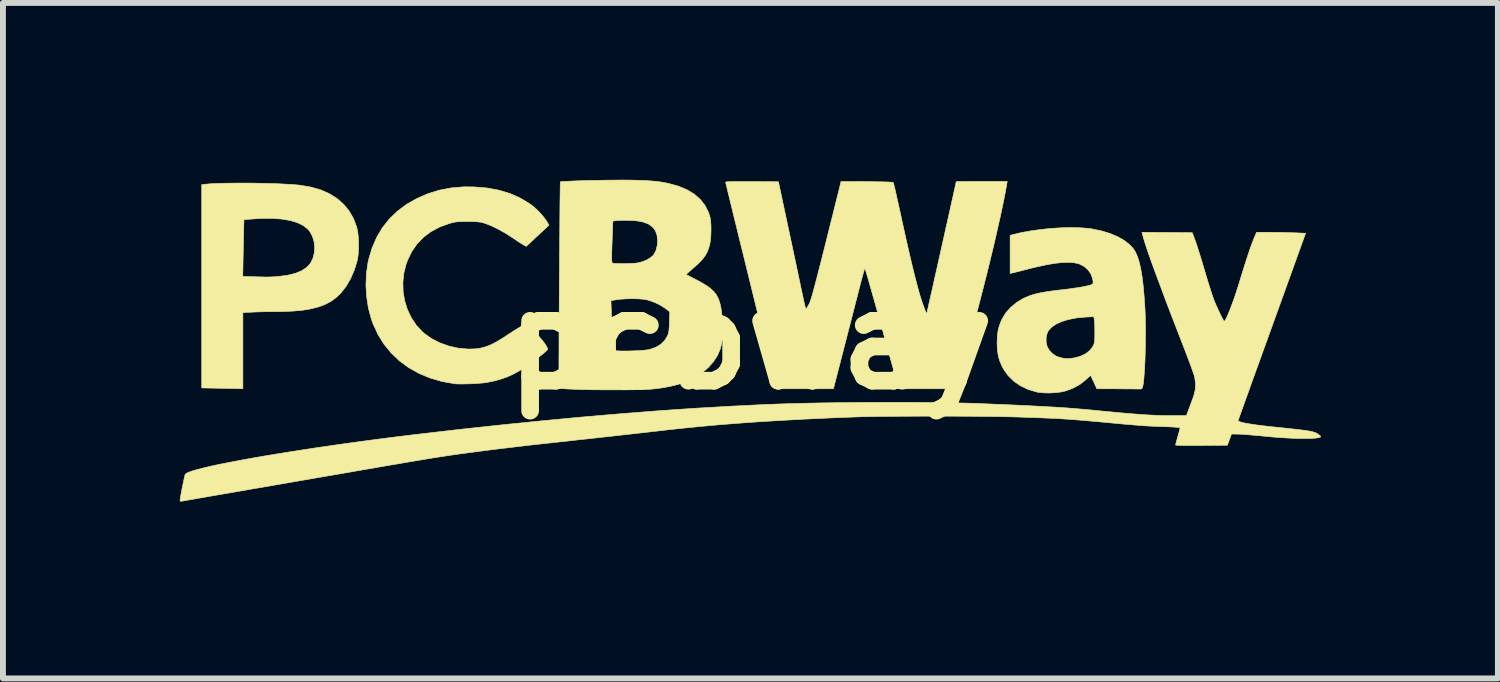
<source format=kicad_pcb>
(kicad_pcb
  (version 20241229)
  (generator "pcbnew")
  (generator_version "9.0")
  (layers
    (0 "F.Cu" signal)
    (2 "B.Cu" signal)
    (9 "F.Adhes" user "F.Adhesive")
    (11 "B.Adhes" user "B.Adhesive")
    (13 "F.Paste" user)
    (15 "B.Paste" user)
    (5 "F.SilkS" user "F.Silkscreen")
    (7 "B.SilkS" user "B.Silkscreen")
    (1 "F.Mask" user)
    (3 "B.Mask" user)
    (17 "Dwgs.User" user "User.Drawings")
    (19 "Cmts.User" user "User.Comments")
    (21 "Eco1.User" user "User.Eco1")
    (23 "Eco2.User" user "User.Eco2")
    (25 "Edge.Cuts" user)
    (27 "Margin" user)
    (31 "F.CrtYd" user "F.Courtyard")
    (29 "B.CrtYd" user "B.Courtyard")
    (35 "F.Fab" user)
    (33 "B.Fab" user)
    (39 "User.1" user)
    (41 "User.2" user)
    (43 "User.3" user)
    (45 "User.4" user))
  (footprint "pcbway"
    (layer "F.Cu")
    (at 9.682 2.72)
    (property "Reference" "pcbway" (at 0 0 0) (layer "F.SilkS") (effects (font (size 1.524 1.524) (thickness 0.3))))
    (attr through_hole)
    (fp_poly (pts (xy -8.461 -2.663) (xy -8.306 -2.66) (xy -8.154 -2.657) (xy -8.009 -2.652) (xy -7.875 -2.645) (xy -7.756 -2.638) (xy -7.657 -2.629) (xy -7.647 -2.628) (xy -7.462 -2.597) (xy -7.295 -2.55) (xy -7.146 -2.485) (xy -7.015 -2.403) (xy -6.902 -2.304) (xy -6.808 -2.19) (xy -6.733 -2.06) (xy -6.679 -1.914) (xy -6.678 -1.911) (xy -6.662 -1.834) (xy -6.652 -1.74) (xy -6.647 -1.638) (xy -6.649 -1.534) (xy -6.656 -1.437) (xy -6.669 -1.355) (xy -6.671 -1.349) (xy -6.719 -1.19) (xy -6.783 -1.043) (xy -6.86 -0.911) (xy -6.949 -0.797) (xy -7.033 -0.718) (xy -7.118 -0.656) (xy -7.215 -0.605) (xy -7.325 -0.564) (xy -7.45 -0.531) (xy -7.592 -0.507) (xy -7.753 -0.492) (xy -7.935 -0.484) (xy -8.052 -0.483) (xy -8.142 -0.482) (xy -8.238 -0.481) (xy -8.33 -0.479) (xy -8.41 -0.476) (xy -8.449 -0.474) (xy -8.611 -0.466) (xy -8.611 0.826) (xy -8.741 0.823) (xy -8.8 0.821) (xy -8.876 0.82) (xy -8.962 0.818) (xy -9.049 0.817) (xy -9.09 0.816) (xy -9.309 0.812) (xy -9.309 -1.08) (xy -8.613 -1.08) (xy -8.469 -1.076) (xy -8.399 -1.074) (xy -8.328 -1.072) (xy -8.266 -1.071) (xy -8.236 -1.07) (xy -8.185 -1.07) (xy -8.119 -1.072) (xy -8.047 -1.076) (xy -8.001 -1.08) (xy -7.851 -1.1) (xy -7.722 -1.132) (xy -7.616 -1.175) (xy -7.531 -1.231) (xy -7.469 -1.297) (xy -7.465 -1.302) (xy -7.423 -1.385) (xy -7.399 -1.478) (xy -7.393 -1.577) (xy -7.404 -1.674) (xy -7.433 -1.766) (xy -7.478 -1.846) (xy -7.511 -1.884) (xy -7.589 -1.945) (xy -7.688 -1.993) (xy -7.809 -2.029) (xy -7.95 -2.053) (xy -8.111 -2.065) (xy -8.291 -2.064) (xy -8.377 -2.059) (xy -8.447 -2.054) (xy -8.508 -2.05) (xy -8.555 -2.046) (xy -8.584 -2.043) (xy -8.592 -2.042) (xy -8.593 -2.029) (xy -8.594 -1.993) (xy -8.596 -1.938) (xy -8.597 -1.865) (xy -8.599 -1.779) (xy -8.601 -1.68) (xy -8.604 -1.574) (xy -8.604 -1.559) (xy -8.613 -1.08) (xy -9.309 -1.08) (xy -9.309 -2.638) (xy -9.23 -2.646) (xy -9.141 -2.653) (xy -9.032 -2.658) (xy -8.905 -2.661) (xy -8.765 -2.663) (xy -8.616 -2.664) (xy -8.461 -2.663)) (stroke (width 0.01) (type solid)) (fill yes) (layer "F.SilkS"))
    (fp_poly (pts (xy -4.693 -2.599) (xy -4.474 -2.581) (xy -4.27 -2.544) (xy -4.08 -2.487) (xy -3.906 -2.41) (xy -3.748 -2.315) (xy -3.702 -2.282) (xy -3.636 -2.226) (xy -3.57 -2.16) (xy -3.51 -2.09) (xy -3.461 -2.024) (xy -3.446 -1.999) (xy -3.418 -1.949) (xy -3.803 -1.59) (xy -3.841 -1.61) (xy -3.865 -1.624) (xy -3.905 -1.649) (xy -3.957 -1.683) (xy -4.014 -1.721) (xy -4.038 -1.738) (xy -4.154 -1.812) (xy -4.27 -1.877) (xy -4.381 -1.932) (xy -4.482 -1.973) (xy -4.534 -1.99) (xy -4.578 -2) (xy -4.628 -2.006) (xy -4.689 -2.01) (xy -4.767 -2.012) (xy -4.807 -2.012) (xy -4.885 -2.011) (xy -4.945 -2.009) (xy -4.993 -2.005) (xy -5.036 -1.997) (xy -5.08 -1.986) (xy -5.112 -1.977) (xy -5.276 -1.917) (xy -5.421 -1.839) (xy -5.548 -1.744) (xy -5.656 -1.631) (xy -5.746 -1.501) (xy -5.817 -1.354) (xy -5.841 -1.289) (xy -5.88 -1.135) (xy -5.896 -0.978) (xy -5.892 -0.821) (xy -5.866 -0.667) (xy -5.82 -0.52) (xy -5.754 -0.381) (xy -5.671 -0.255) (xy -5.569 -0.144) (xy -5.528 -0.108) (xy -5.405 -0.022) (xy -5.264 0.049) (xy -5.112 0.103) (xy -4.953 0.138) (xy -4.79 0.152) (xy -4.763 0.152) (xy -4.664 0.149) (xy -4.574 0.136) (xy -4.486 0.112) (xy -4.397 0.077) (xy -4.302 0.027) (xy -4.195 -0.038) (xy -4.143 -0.072) (xy -4.075 -0.117) (xy -4.009 -0.16) (xy -3.949 -0.197) (xy -3.901 -0.226) (xy -3.875 -0.241) (xy -3.802 -0.278) (xy -3.663 -0.141) (xy -3.59 -0.065) (xy -3.529 0.006) (xy -3.482 0.069) (xy -3.451 0.122) (xy -3.439 0.154) (xy -3.448 0.169) (xy -3.477 0.198) (xy -3.526 0.239) (xy -3.597 0.295) (xy -3.658 0.341) (xy -3.787 0.436) (xy -3.905 0.513) (xy -4.017 0.575) (xy -4.127 0.625) (xy -4.24 0.665) (xy -4.362 0.697) (xy -4.47 0.719) (xy -4.521 0.726) (xy -4.589 0.732) (xy -4.669 0.738) (xy -4.754 0.742) (xy -4.837 0.744) (xy -4.914 0.745) (xy -4.976 0.744) (xy -5.016 0.741) (xy -5.232 0.703) (xy -5.435 0.644) (xy -5.623 0.566) (xy -5.796 0.469) (xy -5.953 0.354) (xy -6.093 0.221) (xy -6.215 0.072) (xy -6.318 -0.093) (xy -6.401 -0.274) (xy -6.431 -0.357) (xy -6.481 -0.541) (xy -6.511 -0.735) (xy -6.523 -0.933) (xy -6.515 -1.129) (xy -6.488 -1.317) (xy -6.477 -1.366) (xy -6.419 -1.562) (xy -6.341 -1.742) (xy -6.244 -1.906) (xy -6.126 -2.055) (xy -5.989 -2.187) (xy -5.832 -2.304) (xy -5.664 -2.4) (xy -5.475 -2.483) (xy -5.281 -2.543) (xy -5.077 -2.582) (xy -4.863 -2.6) (xy -4.693 -2.599)) (stroke (width 0.01) (type solid)) (fill yes) (layer "F.SilkS"))
    (fp_poly (pts (xy 5.585 -1.906) (xy 5.722 -1.896) (xy 5.785 -1.888) (xy 5.951 -1.854) (xy 6.102 -1.809) (xy 6.236 -1.752) (xy 6.351 -1.685) (xy 6.446 -1.608) (xy 6.495 -1.554) (xy 6.533 -1.495) (xy 6.567 -1.418) (xy 6.597 -1.324) (xy 6.623 -1.21) (xy 6.646 -1.075) (xy 6.665 -0.919) (xy 6.681 -0.739) (xy 6.694 -0.552) (xy 6.699 -0.442) (xy 6.702 -0.319) (xy 6.704 -0.189) (xy 6.703 -0.054) (xy 6.702 0.082) (xy 6.699 0.217) (xy 6.695 0.346) (xy 6.689 0.466) (xy 6.682 0.574) (xy 6.675 0.667) (xy 6.666 0.742) (xy 6.656 0.794) (xy 6.645 0.821) (xy 6.625 0.83) (xy 6.613 0.831) (xy 6.591 0.83) (xy 6.548 0.83) (xy 6.487 0.829) (xy 6.411 0.829) (xy 6.325 0.828) (xy 6.232 0.827) (xy 6.229 0.827) (xy 5.878 0.826) (xy 5.827 0.714) (xy 5.805 0.667) (xy 5.787 0.628) (xy 5.776 0.605) (xy 5.773 0.6) (xy 5.764 0.607) (xy 5.74 0.628) (xy 5.707 0.658) (xy 5.694 0.671) (xy 5.593 0.751) (xy 5.475 0.816) (xy 5.346 0.864) (xy 5.264 0.882) (xy 5.167 0.893) (xy 5.064 0.898) (xy 4.965 0.895) (xy 4.879 0.886) (xy 4.858 0.881) (xy 4.715 0.839) (xy 4.586 0.777) (xy 4.471 0.699) (xy 4.375 0.605) (xy 4.298 0.498) (xy 4.274 0.453) (xy 4.235 0.365) (xy 4.209 0.282) (xy 4.194 0.194) (xy 4.187 0.095) (xy 4.186 0.044) (xy 4.189 -0.035) (xy 5.018 -0.035) (xy 5.019 0.037) (xy 5.033 0.103) (xy 5.035 0.108) (xy 5.07 0.171) (xy 5.121 0.227) (xy 5.182 0.269) (xy 5.217 0.284) (xy 5.287 0.304) (xy 5.347 0.314) (xy 5.407 0.314) (xy 5.479 0.305) (xy 5.486 0.304) (xy 5.59 0.278) (xy 5.68 0.237) (xy 5.753 0.183) (xy 5.806 0.117) (xy 5.824 0.083) (xy 5.833 0.054) (xy 5.84 0.017) (xy 5.843 -0.032) (xy 5.844 -0.099) (xy 5.844 -0.138) (xy 5.843 -0.206) (xy 5.841 -0.268) (xy 5.838 -0.318) (xy 5.835 -0.35) (xy 5.834 -0.353) (xy 5.826 -0.397) (xy 5.685 -0.39) (xy 5.535 -0.376) (xy 5.4 -0.35) (xy 5.283 -0.315) (xy 5.185 -0.27) (xy 5.107 -0.216) (xy 5.055 -0.158) (xy 5.031 -0.103) (xy 5.018 -0.035) (xy 4.189 -0.035) (xy 4.19 -0.063) (xy 4.201 -0.154) (xy 4.222 -0.238) (xy 4.254 -0.322) (xy 4.275 -0.366) (xy 4.337 -0.466) (xy 4.42 -0.558) (xy 4.52 -0.64) (xy 4.633 -0.708) (xy 4.746 -0.755) (xy 4.804 -0.773) (xy 4.867 -0.79) (xy 4.938 -0.805) (xy 5.02 -0.819) (xy 5.117 -0.833) (xy 5.234 -0.848) (xy 5.317 -0.857) (xy 5.437 -0.872) (xy 5.544 -0.888) (xy 5.637 -0.903) (xy 5.712 -0.919) (xy 5.768 -0.933) (xy 5.801 -0.947) (xy 5.808 -0.952) (xy 5.815 -0.974) (xy 5.812 -1.013) (xy 5.8 -1.06) (xy 5.782 -1.11) (xy 5.768 -1.137) (xy 5.724 -1.196) (xy 5.662 -1.249) (xy 5.591 -1.287) (xy 5.565 -1.296) (xy 5.486 -1.313) (xy 5.393 -1.319) (xy 5.285 -1.315) (xy 5.16 -1.301) (xy 5.016 -1.276) (xy 4.852 -1.24) (xy 4.743 -1.214) (xy 4.663 -1.193) (xy 4.589 -1.174) (xy 4.525 -1.158) (xy 4.476 -1.146) (xy 4.447 -1.139) (xy 4.442 -1.138) (xy 4.407 -1.13) (xy 4.407 -1.777) (xy 4.455 -1.79) (xy 4.599 -1.824) (xy 4.758 -1.853) (xy 4.925 -1.876) (xy 5.097 -1.894) (xy 5.268 -1.905) (xy 5.432 -1.909) (xy 5.585 -1.906)) (stroke (width 0.01) (type solid)) (fill yes) (layer "F.SilkS"))
    (fp_poly (pts (xy -2.039 -2.714) (xy -2.015 -2.714) (xy -1.881 -2.71) (xy -1.768 -2.706) (xy -1.671 -2.699) (xy -1.585 -2.691) (xy -1.506 -2.68) (xy -1.43 -2.666) (xy -1.378 -2.655) (xy -1.215 -2.609) (xy -1.073 -2.549) (xy -0.951 -2.475) (xy -0.85 -2.387) (xy -0.771 -2.286) (xy -0.712 -2.171) (xy -0.684 -2.083) (xy -0.675 -2.025) (xy -0.669 -1.95) (xy -0.668 -1.865) (xy -0.671 -1.778) (xy -0.677 -1.698) (xy -0.688 -1.632) (xy -0.69 -1.622) (xy -0.711 -1.548) (xy -0.738 -1.483) (xy -0.773 -1.423) (xy -0.82 -1.363) (xy -0.882 -1.299) (xy -0.962 -1.227) (xy -0.972 -1.219) (xy -1.093 -1.113) (xy -0.927 -1.028) (xy -0.82 -0.97) (xy -0.735 -0.918) (xy -0.667 -0.867) (xy -0.615 -0.816) (xy -0.574 -0.762) (xy -0.543 -0.701) (xy -0.52 -0.637) (xy -0.501 -0.557) (xy -0.487 -0.46) (xy -0.477 -0.352) (xy -0.473 -0.239) (xy -0.474 -0.128) (xy -0.479 -0.023) (xy -0.491 0.069) (xy -0.507 0.14) (xy -0.558 0.262) (xy -0.633 0.375) (xy -0.718 0.468) (xy -0.814 0.552) (xy -0.916 0.622) (xy -1.027 0.68) (xy -1.15 0.729) (xy -1.288 0.769) (xy -1.447 0.802) (xy -1.522 0.814) (xy -1.572 0.821) (xy -1.621 0.827) (xy -1.673 0.832) (xy -1.731 0.836) (xy -1.798 0.839) (xy -1.878 0.841) (xy -1.974 0.843) (xy -2.09 0.844) (xy -2.165 0.845) (xy -2.289 0.845) (xy -2.42 0.845) (xy -2.552 0.844) (xy -2.679 0.843) (xy -2.795 0.841) (xy -2.895 0.838) (xy -2.94 0.836) (xy -3.025 0.833) (xy -3.101 0.83) (xy -3.165 0.826) (xy -3.213 0.824) (xy -3.241 0.821) (xy -3.248 0.82) (xy -3.248 0.807) (xy -3.249 0.771) (xy -3.249 0.712) (xy -3.249 0.633) (xy -3.249 0.536) (xy -3.248 0.423) (xy -3.248 0.295) (xy -3.247 0.153) (xy -3.247 0.001) (xy -3.246 -0.161) (xy -3.245 -0.331) (xy -3.244 -0.507) (xy -3.243 -0.67) (xy -2.366 -0.67) (xy -2.358 -0.441) (xy -2.355 -0.348) (xy -2.352 -0.245) (xy -2.351 -0.143) (xy -2.35 -0.052) (xy -2.349 -0.018) (xy -2.349 0.177) (xy -2.276 0.182) (xy -2.213 0.185) (xy -2.136 0.186) (xy -2.051 0.185) (xy -1.965 0.182) (xy -1.882 0.178) (xy -1.808 0.173) (xy -1.749 0.166) (xy -1.711 0.159) (xy -1.606 0.123) (xy -1.522 0.073) (xy -1.456 0.009) (xy -1.407 -0.071) (xy -1.405 -0.076) (xy -1.394 -0.105) (xy -1.385 -0.139) (xy -1.38 -0.182) (xy -1.376 -0.241) (xy -1.374 -0.306) (xy -1.369 -0.479) (xy -1.424 -0.524) (xy -1.493 -0.571) (xy -1.576 -0.617) (xy -1.665 -0.655) (xy -1.748 -0.681) (xy -1.748 -0.681) (xy -1.817 -0.693) (xy -1.904 -0.7) (xy -2.001 -0.702) (xy -2.1 -0.7) (xy -2.196 -0.694) (xy -2.253 -0.687) (xy -2.366 -0.67) (xy -3.243 -0.67) (xy -3.243 -0.686) (xy -3.242 -0.868) (xy -3.241 -1.051) (xy -3.239 -1.233) (xy -3.238 -1.384) (xy -2.353 -1.384) (xy -2.352 -1.351) (xy -2.35 -1.329) (xy -2.346 -1.315) (xy -2.341 -1.308) (xy -2.335 -1.305) (xy -2.33 -1.304) (xy -2.297 -1.3) (xy -2.244 -1.298) (xy -2.179 -1.297) (xy -2.109 -1.298) (xy -2.039 -1.3) (xy -1.977 -1.303) (xy -1.929 -1.307) (xy -1.918 -1.309) (xy -1.84 -1.327) (xy -1.766 -1.356) (xy -1.701 -1.393) (xy -1.653 -1.433) (xy -1.644 -1.443) (xy -1.603 -1.517) (xy -1.58 -1.608) (xy -1.575 -1.683) (xy -1.584 -1.778) (xy -1.612 -1.856) (xy -1.66 -1.919) (xy -1.728 -1.968) (xy -1.817 -2.002) (xy -1.901 -2.019) (xy -1.954 -2.025) (xy -2.02 -2.029) (xy -2.093 -2.031) (xy -2.165 -2.032) (xy -2.229 -2.03) (xy -2.278 -2.027) (xy -2.296 -2.024) (xy -2.334 -2.017) (xy -2.342 -1.799) (xy -2.346 -1.675) (xy -2.35 -1.573) (xy -2.352 -1.493) (xy -2.353 -1.43) (xy -2.353 -1.384) (xy -3.238 -1.384) (xy -3.238 -1.412) (xy -3.237 -1.586) (xy -3.235 -1.753) (xy -3.234 -1.912) (xy -3.233 -2.062) (xy -3.232 -2.199) (xy -3.231 -2.323) (xy -3.229 -2.432) (xy -3.228 -2.523) (xy -3.227 -2.596) (xy -3.226 -2.648) (xy -3.226 -2.678) (xy -3.225 -2.684) (xy -3.21 -2.688) (xy -3.172 -2.691) (xy -3.115 -2.694) (xy -3.041 -2.697) (xy -2.954 -2.701) (xy -2.856 -2.704) (xy -2.75 -2.707) (xy -2.639 -2.709) (xy -2.527 -2.711) (xy -2.415 -2.713) (xy -2.308 -2.714) (xy -2.207 -2.715) (xy -2.117 -2.715) (xy -2.039 -2.714)) (stroke (width 0.01) (type solid)) (fill yes) (layer "F.SilkS"))
    (fp_poly (pts (xy 4.351 -2.651) (xy 4.332 -2.546) (xy 4.308 -2.418) (xy 4.278 -2.272) (xy 4.243 -2.109) (xy 4.203 -1.932) (xy 4.161 -1.744) (xy 4.115 -1.548) (xy 4.066 -1.347) (xy 4.016 -1.142) (xy 3.964 -0.937) (xy 3.929 -0.8) (xy 3.866 -0.556) (xy 3.808 -0.335) (xy 3.755 -0.136) (xy 3.708 0.042) (xy 3.664 0.201) (xy 3.625 0.342) (xy 3.589 0.467) (xy 3.557 0.576) (xy 3.53 0.664) (xy 3.479 0.826) (xy 2.518 0.826) (xy 2.499 0.759) (xy 2.493 0.736) (xy 2.48 0.691) (xy 2.462 0.625) (xy 2.439 0.541) (xy 2.411 0.441) (xy 2.379 0.327) (xy 2.344 0.2) (xy 2.306 0.062) (xy 2.266 -0.083) (xy 2.224 -0.235) (xy 2.216 -0.264) (xy 2.174 -0.414) (xy 2.134 -0.557) (xy 2.096 -0.692) (xy 2.061 -0.815) (xy 2.03 -0.925) (xy 2.003 -1.02) (xy 1.98 -1.099) (xy 1.962 -1.16) (xy 1.95 -1.2) (xy 1.943 -1.218) (xy 1.943 -1.219) (xy 1.938 -1.207) (xy 1.927 -1.175) (xy 1.913 -1.125) (xy 1.895 -1.061) (xy 1.875 -0.986) (xy 1.869 -0.962) (xy 1.854 -0.903) (xy 1.834 -0.826) (xy 1.811 -0.733) (xy 1.783 -0.628) (xy 1.754 -0.512) (xy 1.722 -0.389) (xy 1.689 -0.26) (xy 1.655 -0.129) (xy 1.621 0.003) (xy 1.588 0.132) (xy 1.556 0.256) (xy 1.526 0.373) (xy 1.498 0.48) (xy 1.474 0.575) (xy 1.453 0.655) (xy 1.437 0.717) (xy 1.426 0.76) (xy 1.421 0.778) (xy 1.409 0.826) (xy 0.437 0.826) (xy 0.382 0.6) (xy 0.371 0.555) (xy 0.355 0.488) (xy 0.333 0.4) (xy 0.307 0.293) (xy 0.277 0.171) (xy 0.244 0.034) (xy 0.207 -0.115) (xy 0.168 -0.274) (xy 0.127 -0.44) (xy 0.085 -0.612) (xy 0.042 -0.788) (xy 0.03 -0.838) (xy -0.031 -1.086) (xy -0.086 -1.311) (xy -0.136 -1.513) (xy -0.181 -1.695) (xy -0.22 -1.856) (xy -0.255 -1.998) (xy -0.286 -2.123) (xy -0.312 -2.232) (xy -0.335 -2.325) (xy -0.354 -2.404) (xy -0.37 -2.47) (xy -0.384 -2.524) (xy -0.394 -2.568) (xy -0.402 -2.603) (xy -0.409 -2.629) (xy -0.413 -2.649) (xy -0.416 -2.662) (xy -0.418 -2.671) (xy -0.419 -2.676) (xy -0.419 -2.68) (xy -0.419 -2.68) (xy -0.407 -2.684) (xy -0.37 -2.687) (xy -0.309 -2.688) (xy -0.226 -2.69) (xy -0.122 -2.69) (xy 0.003 -2.69) (xy 0.028 -2.689) (xy 0.476 -2.686) (xy 0.504 -2.553) (xy 0.526 -2.45) (xy 0.551 -2.332) (xy 0.579 -2.202) (xy 0.609 -2.062) (xy 0.64 -1.915) (xy 0.672 -1.766) (xy 0.704 -1.616) (xy 0.735 -1.469) (xy 0.765 -1.328) (xy 0.793 -1.197) (xy 0.818 -1.077) (xy 0.84 -0.973) (xy 0.858 -0.887) (xy 0.872 -0.823) (xy 0.873 -0.819) (xy 0.89 -0.738) (xy 0.906 -0.665) (xy 0.92 -0.605) (xy 0.931 -0.56) (xy 0.938 -0.534) (xy 0.94 -0.53) (xy 0.949 -0.535) (xy 0.967 -0.559) (xy 0.988 -0.596) (xy 0.994 -0.606) (xy 1.003 -0.625) (xy 1.013 -0.651) (xy 1.025 -0.684) (xy 1.038 -0.727) (xy 1.054 -0.78) (xy 1.072 -0.846) (xy 1.094 -0.926) (xy 1.119 -1.022) (xy 1.148 -1.135) (xy 1.182 -1.267) (xy 1.221 -1.42) (xy 1.265 -1.595) (xy 1.288 -1.685) (xy 1.326 -1.839) (xy 1.363 -1.987) (xy 1.398 -2.125) (xy 1.429 -2.252) (xy 1.458 -2.367) (xy 1.483 -2.467) (xy 1.504 -2.551) (xy 1.52 -2.616) (xy 1.531 -2.661) (xy 1.536 -2.684) (xy 1.537 -2.687) (xy 1.549 -2.689) (xy 1.583 -2.69) (xy 1.635 -2.691) (xy 1.702 -2.691) (xy 1.781 -2.691) (xy 1.867 -2.69) (xy 1.958 -2.689) (xy 2.05 -2.688) (xy 2.138 -2.686) (xy 2.221 -2.685) (xy 2.294 -2.683) (xy 2.354 -2.681) (xy 2.396 -2.678) (xy 2.419 -2.676) (xy 2.422 -2.675) (xy 2.425 -2.669) (xy 2.429 -2.655) (xy 2.436 -2.63) (xy 2.445 -2.594) (xy 2.457 -2.544) (xy 2.472 -2.479) (xy 2.49 -2.397) (xy 2.512 -2.297) (xy 2.539 -2.177) (xy 2.57 -2.034) (xy 2.597 -1.911) (xy 2.649 -1.677) (xy 2.698 -1.462) (xy 2.744 -1.268) (xy 2.786 -1.096) (xy 2.825 -0.947) (xy 2.859 -0.821) (xy 2.872 -0.775) (xy 2.893 -0.707) (xy 2.915 -0.641) (xy 2.937 -0.578) (xy 2.957 -0.524) (xy 2.974 -0.482) (xy 2.986 -0.456) (xy 2.992 -0.451) (xy 2.993 -0.451) (xy 2.996 -0.466) (xy 3.004 -0.503) (xy 3.017 -0.56) (xy 3.034 -0.636) (xy 3.055 -0.727) (xy 3.079 -0.833) (xy 3.105 -0.95) (xy 3.133 -1.077) (xy 3.164 -1.212) (xy 3.195 -1.352) (xy 3.227 -1.495) (xy 3.259 -1.639) (xy 3.291 -1.782) (xy 3.322 -1.922) (xy 3.353 -2.057) (xy 3.381 -2.184) (xy 3.407 -2.302) (xy 3.431 -2.408) (xy 3.451 -2.5) (xy 3.468 -2.576) (xy 3.481 -2.634) (xy 3.489 -2.672) (xy 3.492 -2.687) (xy 3.493 -2.687) (xy 3.505 -2.688) (xy 3.539 -2.689) (xy 3.594 -2.69) (xy 3.665 -2.691) (xy 3.749 -2.692) (xy 3.845 -2.692) (xy 3.925 -2.692) (xy 4.357 -2.692) (xy 4.351 -2.651)) (stroke (width 0.01) (type solid)) (fill yes) (layer "F.SilkS"))
    (fp_poly (pts (xy 7.071 -1.826) (xy 7.497 -1.822) (xy 7.545 -1.694) (xy 7.561 -1.648) (xy 7.583 -1.582) (xy 7.609 -1.501) (xy 7.638 -1.408) (xy 7.668 -1.31) (xy 7.698 -1.209) (xy 7.703 -1.192) (xy 7.733 -1.091) (xy 7.763 -0.992) (xy 7.792 -0.899) (xy 7.819 -0.816) (xy 7.841 -0.748) (xy 7.859 -0.698) (xy 7.861 -0.692) (xy 7.884 -0.634) (xy 7.913 -0.567) (xy 7.945 -0.497) (xy 7.977 -0.43) (xy 8.006 -0.373) (xy 8.03 -0.33) (xy 8.037 -0.32) (xy 8.046 -0.323) (xy 8.063 -0.347) (xy 8.084 -0.39) (xy 8.11 -0.45) (xy 8.14 -0.523) (xy 8.172 -0.608) (xy 8.206 -0.7) (xy 8.239 -0.799) (xy 8.272 -0.9) (xy 8.3 -0.991) (xy 8.358 -1.18) (xy 8.41 -1.345) (xy 8.457 -1.487) (xy 8.498 -1.606) (xy 8.535 -1.703) (xy 8.546 -1.73) (xy 8.588 -1.829) (xy 8.794 -1.829) (xy 8.886 -1.828) (xy 8.992 -1.827) (xy 9.098 -1.824) (xy 9.195 -1.821) (xy 9.21 -1.821) (xy 9.42 -1.812) (xy 9.372 -1.678) (xy 9.357 -1.637) (xy 9.335 -1.575) (xy 9.307 -1.497) (xy 9.273 -1.404) (xy 9.236 -1.3) (xy 9.196 -1.189) (xy 9.154 -1.073) (xy 9.131 -1.01) (xy 9.026 -0.718) (xy 8.929 -0.45) (xy 8.84 -0.204) (xy 8.759 0.021) (xy 8.685 0.225) (xy 8.619 0.409) (xy 8.559 0.574) (xy 8.506 0.721) (xy 8.46 0.85) (xy 8.419 0.963) (xy 8.384 1.06) (xy 8.355 1.142) (xy 8.331 1.21) (xy 8.311 1.264) (xy 8.296 1.306) (xy 8.286 1.336) (xy 8.279 1.355) (xy 8.276 1.363) (xy 8.276 1.364) (xy 8.286 1.378) (xy 8.322 1.392) (xy 8.383 1.407) (xy 8.469 1.422) (xy 8.58 1.439) (xy 8.717 1.456) (xy 8.878 1.474) (xy 8.928 1.479) (xy 9.072 1.494) (xy 9.193 1.507) (xy 9.293 1.518) (xy 9.375 1.528) (xy 9.441 1.537) (xy 9.494 1.546) (xy 9.535 1.555) (xy 9.566 1.564) (xy 9.592 1.573) (xy 9.612 1.584) (xy 9.62 1.589) (xy 9.652 1.611) (xy 9.673 1.63) (xy 9.677 1.637) (xy 9.665 1.649) (xy 9.63 1.658) (xy 9.575 1.665) (xy 9.501 1.669) (xy 9.412 1.67) (xy 9.31 1.67) (xy 9.198 1.666) (xy 9.077 1.66) (xy 8.951 1.652) (xy 8.821 1.641) (xy 8.738 1.633) (xy 8.64 1.623) (xy 8.544 1.615) (xy 8.455 1.607) (xy 8.377 1.601) (xy 8.315 1.597) (xy 8.282 1.596) (xy 8.163 1.594) (xy 8.128 1.689) (xy 8.093 1.784) (xy 7.653 1.788) (xy 7.551 1.788) (xy 7.456 1.788) (xy 7.373 1.788) (xy 7.305 1.787) (xy 7.253 1.785) (xy 7.222 1.783) (xy 7.214 1.781) (xy 7.217 1.766) (xy 7.226 1.731) (xy 7.239 1.683) (xy 7.252 1.638) (xy 7.267 1.583) (xy 7.28 1.536) (xy 7.288 1.503) (xy 7.29 1.491) (xy 7.278 1.486) (xy 7.244 1.481) (xy 7.185 1.476) (xy 7.102 1.472) (xy 7.007 1.469) (xy 6.944 1.467) (xy 6.884 1.465) (xy 6.825 1.462) (xy 6.763 1.459) (xy 6.697 1.455) (xy 6.623 1.45) (xy 6.541 1.443) (xy 6.446 1.435) (xy 6.337 1.426) (xy 6.211 1.414) (xy 6.065 1.401) (xy 5.898 1.385) (xy 5.829 1.379) (xy 5.698 1.367) (xy 5.575 1.357) (xy 5.456 1.348) (xy 5.338 1.34) (xy 5.216 1.332) (xy 5.085 1.326) (xy 4.943 1.32) (xy 4.784 1.314) (xy 4.606 1.308) (xy 4.547 1.306) (xy 4.42 1.302) (xy 4.274 1.299) (xy 4.11 1.297) (xy 3.932 1.295) (xy 3.742 1.293) (xy 3.545 1.292) (xy 3.342 1.291) (xy 3.137 1.291) (xy 2.932 1.291) (xy 2.732 1.292) (xy 2.538 1.293) (xy 2.353 1.294) (xy 2.182 1.296) (xy 2.025 1.299) (xy 1.888 1.301) (xy 1.772 1.305) (xy 1.746 1.306) (xy 1.317 1.323) (xy 0.912 1.342) (xy 0.527 1.363) (xy 0.162 1.385) (xy -0.186 1.41) (xy -0.52 1.436) (xy -0.84 1.465) (xy -1.15 1.496) (xy -1.41 1.524) (xy -1.512 1.536) (xy -1.637 1.55) (xy -1.782 1.567) (xy -1.942 1.585) (xy -2.116 1.604) (xy -2.3 1.625) (xy -2.492 1.646) (xy -2.688 1.668) (xy -2.885 1.689) (xy -3.081 1.711) (xy -3.272 1.732) (xy -3.456 1.752) (xy -3.467 1.753) (xy -3.723 1.781) (xy -3.978 1.811) (xy -4.229 1.841) (xy -4.471 1.871) (xy -4.7 1.901) (xy -4.912 1.929) (xy -5.061 1.95) (xy -5.125 1.96) (xy -5.187 1.969) (xy -5.251 1.979) (xy -5.317 1.989) (xy -5.387 2) (xy -5.464 2.013) (xy -5.55 2.027) (xy -5.646 2.043) (xy -5.754 2.061) (xy -5.877 2.082) (xy -6.015 2.106) (xy -6.172 2.132) (xy -6.348 2.163) (xy -6.546 2.197) (xy -6.687 2.221) (xy -6.804 2.242) (xy -6.942 2.266) (xy -7.099 2.293) (xy -7.271 2.322) (xy -7.454 2.354) (xy -7.645 2.387) (xy -7.841 2.421) (xy -8.038 2.455) (xy -8.233 2.489) (xy -8.423 2.521) (xy -8.49 2.533) (xy -8.657 2.562) (xy -8.818 2.59) (xy -8.97 2.616) (xy -9.111 2.64) (xy -9.24 2.663) (xy -9.355 2.683) (xy -9.454 2.7) (xy -9.535 2.714) (xy -9.597 2.725) (xy -9.637 2.732) (xy -9.655 2.735) (xy -9.655 2.736) (xy -9.674 2.732) (xy -9.677 2.719) (xy -9.675 2.697) (xy -9.668 2.655) (xy -9.658 2.6) (xy -9.646 2.536) (xy -9.632 2.469) (xy -9.619 2.404) (xy -9.607 2.348) (xy -9.597 2.305) (xy -9.59 2.28) (xy -9.589 2.279) (xy -9.57 2.261) (xy -9.527 2.241) (xy -9.461 2.218) (xy -9.373 2.193) (xy -9.265 2.166) (xy -9.138 2.136) (xy -8.992 2.105) (xy -8.829 2.073) (xy -8.651 2.039) (xy -8.458 2.004) (xy -8.252 1.968) (xy -8.033 1.932) (xy -7.803 1.895) (xy -7.564 1.858) (xy -7.315 1.82) (xy -7.059 1.783) (xy -6.797 1.746) (xy -6.53 1.71) (xy -6.259 1.674) (xy -5.985 1.639) (xy -5.721 1.607) (xy -4.989 1.522) (xy -4.27 1.444) (xy -3.568 1.373) (xy -2.881 1.308) (xy -2.214 1.251) (xy -1.565 1.2) (xy -0.937 1.157) (xy -0.33 1.122) (xy 0.253 1.093) (xy 0.273 1.093) (xy 0.475 1.085) (xy 0.695 1.078) (xy 0.931 1.072) (xy 1.179 1.067) (xy 1.437 1.063) (xy 1.701 1.06) (xy 1.968 1.058) (xy 2.236 1.057) (xy 2.501 1.056) (xy 2.76 1.057) (xy 3.01 1.059) (xy 3.248 1.062) (xy 3.471 1.066) (xy 3.676 1.07) (xy 3.86 1.076) (xy 3.924 1.079) (xy 4.12 1.087) (xy 4.294 1.094) (xy 4.448 1.101) (xy 4.584 1.107) (xy 4.707 1.113) (xy 4.819 1.119) (xy 4.922 1.124) (xy 5.019 1.13) (xy 5.114 1.135) (xy 5.15 1.137) (xy 5.232 1.142) (xy 5.303 1.147) (xy 5.369 1.151) (xy 5.431 1.156) (xy 5.494 1.161) (xy 5.562 1.167) (xy 5.638 1.173) (xy 5.725 1.181) (xy 5.828 1.191) (xy 5.949 1.203) (xy 6.058 1.213) (xy 6.254 1.232) (xy 6.429 1.247) (xy 6.584 1.259) (xy 6.723 1.269) (xy 6.849 1.275) (xy 6.965 1.28) (xy 7.075 1.282) (xy 7.144 1.282) (xy 7.398 1.282) (xy 7.447 1.152) (xy 7.47 1.09) (xy 7.493 1.028) (xy 7.512 0.976) (xy 7.521 0.953) (xy 7.547 0.849) (xy 7.553 0.738) (xy 7.539 0.633) (xy 7.53 0.6) (xy 7.512 0.547) (xy 7.488 0.478) (xy 7.458 0.397) (xy 7.424 0.306) (xy 7.388 0.211) (xy 7.373 0.172) (xy 7.259 -0.122) (xy 7.154 -0.393) (xy 7.059 -0.641) (xy 6.975 -0.866) (xy 6.9 -1.067) (xy 6.834 -1.246) (xy 6.778 -1.402) (xy 6.732 -1.535) (xy 6.696 -1.645) (xy 6.669 -1.733) (xy 6.652 -1.798) (xy 6.651 -1.8) (xy 6.644 -1.829) (xy 7.071 -1.826)) (stroke (width 0.01) (type solid)) (fill yes) (layer "F.SilkS")))
  (gr_rect
    (start -3 -3)
    (end 22.365 8.461)
    (stroke (width 0.1) (type default))
    (fill no)
    (layer "Edge.Cuts")))
</source>
